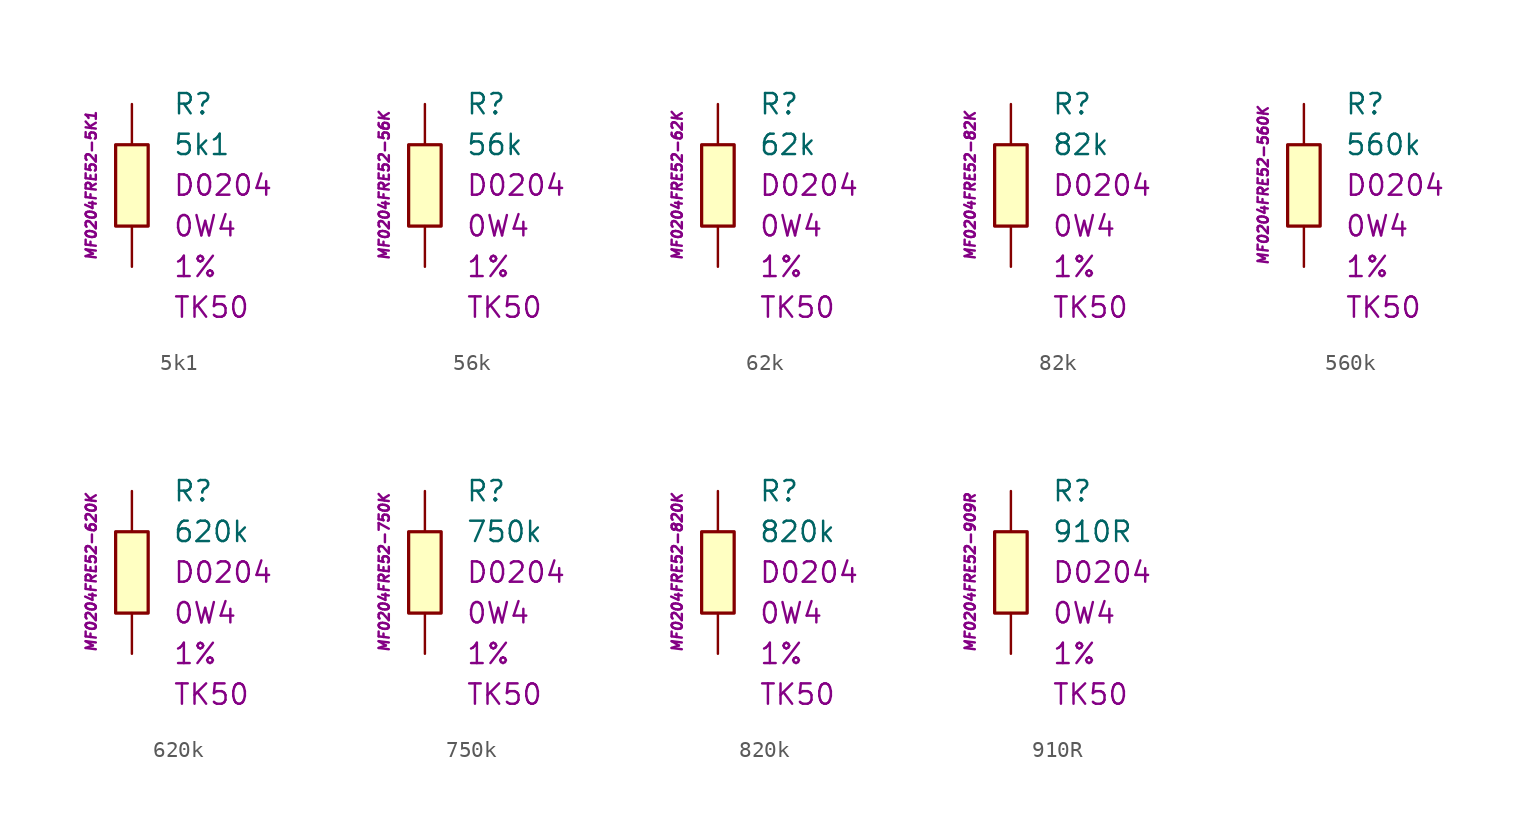
<source format=kicad_sym>
(kicad_symbol_lib
  (version 20201005)
  (generator kicad_symbol_editor)
  (symbol "5k1"
    (pin_numbers hide)
    (pin_names
      (offset 1.016) hide)
    (property "Reference" "R"
      (at 2.54 5.08 0)
      (effects (font (size 1.27 1.27)) (justify left)))
    (property "Value" "5k1"
      (at 2.54 2.54 0)
      (effects (font (size 1.27 1.27)) (justify left)))
    (property "Package" "D0204"
      (at 2.54 0 0)
      (effects (font (size 1.27 1.27)) (justify left)))
    (property "Power" "0W4"
      (at 2.54 -2.54 0)
      (effects (font (size 1.27 1.27)) (justify left)))
    (property "Tolerance" "1%"
      (at 2.54 -5.08 0)
      (effects (font (size 1.27 1.27)) (justify left)))
    (property "TK" "TK50"
      (at 2.54 -7.62 0)
      (effects (font (size 1.27 1.27)) (justify left)))
    (property "ID" "MF0204FRE52-5K1"
      (at -2.54 0 90)
      (effects (font (size 0.635 0.635) italic)))
    (symbol "5k1_0_1"
      (rectangle (start -1.016 2.54) (end 1.016 -2.54) (stroke (width 0.203)) (fill (type background))))
    (symbol "5k1_1_1"
      (pin passive line (at 0 5.08 270) (length 2.54) (name "~" (effects (font (size 1.778 1.778)))) (number "1" (effects (font (size 1.778 1.778)))))
      (pin passive line (at 0 -5.08 90) (length 2.54) (name "~" (effects (font (size 1.778 1.778)))) (number "2" (effects (font (size 1.778 1.778)))))))
  (symbol "56k"
    (pin_numbers hide)
    (pin_names
      (offset 1.016) hide)
    (property "Reference" "R"
      (at 2.54 5.08 0)
      (effects (font (size 1.27 1.27)) (justify left)))
    (property "Value" "56k"
      (at 2.54 2.54 0)
      (effects (font (size 1.27 1.27)) (justify left)))
    (property "Package" "D0204"
      (at 2.54 0 0)
      (effects (font (size 1.27 1.27)) (justify left)))
    (property "Power" "0W4"
      (at 2.54 -2.54 0)
      (effects (font (size 1.27 1.27)) (justify left)))
    (property "Tolerance" "1%"
      (at 2.54 -5.08 0)
      (effects (font (size 1.27 1.27)) (justify left)))
    (property "TK" "TK50"
      (at 2.54 -7.62 0)
      (effects (font (size 1.27 1.27)) (justify left)))
    (property "ID" "MF0204FRE52-56K"
      (at -2.54 0 90)
      (effects (font (size 0.635 0.635) italic)))
    (symbol "56k_0_1"
      (rectangle (start -1.016 2.54) (end 1.016 -2.54) (stroke (width 0.203)) (fill (type background))))
    (symbol "56k_1_1"
      (pin passive line (at 0 5.08 270) (length 2.54) (name "~" (effects (font (size 1.778 1.778)))) (number "1" (effects (font (size 1.778 1.778)))))
      (pin passive line (at 0 -5.08 90) (length 2.54) (name "~" (effects (font (size 1.778 1.778)))) (number "2" (effects (font (size 1.778 1.778)))))))
  (symbol "62k"
    (pin_numbers hide)
    (pin_names
      (offset 1.016) hide)
    (property "Reference" "R"
      (at 2.54 5.08 0)
      (effects (font (size 1.27 1.27)) (justify left)))
    (property "Value" "62k"
      (at 2.54 2.54 0)
      (effects (font (size 1.27 1.27)) (justify left)))
    (property "Package" "D0204"
      (at 2.54 0 0)
      (effects (font (size 1.27 1.27)) (justify left)))
    (property "Power" "0W4"
      (at 2.54 -2.54 0)
      (effects (font (size 1.27 1.27)) (justify left)))
    (property "Tolerance" "1%"
      (at 2.54 -5.08 0)
      (effects (font (size 1.27 1.27)) (justify left)))
    (property "TK" "TK50"
      (at 2.54 -7.62 0)
      (effects (font (size 1.27 1.27)) (justify left)))
    (property "ID" "MF0204FRE52-62K"
      (at -2.54 0 90)
      (effects (font (size 0.635 0.635) italic)))
    (symbol "62k_0_1"
      (rectangle (start -1.016 2.54) (end 1.016 -2.54) (stroke (width 0.203)) (fill (type background))))
    (symbol "62k_1_1"
      (pin passive line (at 0 5.08 270) (length 2.54) (name "~" (effects (font (size 1.778 1.778)))) (number "1" (effects (font (size 1.778 1.778)))))
      (pin passive line (at 0 -5.08 90) (length 2.54) (name "~" (effects (font (size 1.778 1.778)))) (number "2" (effects (font (size 1.778 1.778)))))))
  (symbol "82k"
    (pin_numbers hide)
    (pin_names
      (offset 1.016) hide)
    (property "Reference" "R"
      (at 2.54 5.08 0)
      (effects (font (size 1.27 1.27)) (justify left)))
    (property "Value" "82k"
      (at 2.54 2.54 0)
      (effects (font (size 1.27 1.27)) (justify left)))
    (property "Package" "D0204"
      (at 2.54 0 0)
      (effects (font (size 1.27 1.27)) (justify left)))
    (property "Power" "0W4"
      (at 2.54 -2.54 0)
      (effects (font (size 1.27 1.27)) (justify left)))
    (property "Tolerance" "1%"
      (at 2.54 -5.08 0)
      (effects (font (size 1.27 1.27)) (justify left)))
    (property "TK" "TK50"
      (at 2.54 -7.62 0)
      (effects (font (size 1.27 1.27)) (justify left)))
    (property "ID" "MF0204FRE52-82K"
      (at -2.54 0 90)
      (effects (font (size 0.635 0.635) italic)))
    (symbol "82k_0_1"
      (rectangle (start -1.016 2.54) (end 1.016 -2.54) (stroke (width 0.203)) (fill (type background))))
    (symbol "82k_1_1"
      (pin passive line (at 0 5.08 270) (length 2.54) (name "~" (effects (font (size 1.778 1.778)))) (number "1" (effects (font (size 1.778 1.778)))))
      (pin passive line (at 0 -5.08 90) (length 2.54) (name "~" (effects (font (size 1.778 1.778)))) (number "2" (effects (font (size 1.778 1.778)))))))
  (symbol "560k"
    (pin_numbers hide)
    (pin_names
      (offset 1.016) hide)
    (property "Reference" "R"
      (at 2.54 5.08 0)
      (effects (font (size 1.27 1.27)) (justify left)))
    (property "Value" "560k"
      (at 2.54 2.54 0)
      (effects (font (size 1.27 1.27)) (justify left)))
    (property "Package" "D0204"
      (at 2.54 0 0)
      (effects (font (size 1.27 1.27)) (justify left)))
    (property "Power" "0W4"
      (at 2.54 -2.54 0)
      (effects (font (size 1.27 1.27)) (justify left)))
    (property "Tolerance" "1%"
      (at 2.54 -5.08 0)
      (effects (font (size 1.27 1.27)) (justify left)))
    (property "TK" "TK50"
      (at 2.54 -7.62 0)
      (effects (font (size 1.27 1.27)) (justify left)))
    (property "ID" "MF0204FRE52-560K"
      (at -2.54 0 90)
      (effects (font (size 0.635 0.635) italic)))
    (symbol "560k_0_1"
      (rectangle (start -1.016 2.54) (end 1.016 -2.54) (stroke (width 0.203)) (fill (type background))))
    (symbol "560k_1_1"
      (pin passive line (at 0 5.08 270) (length 2.54) (name "~" (effects (font (size 1.778 1.778)))) (number "1" (effects (font (size 1.778 1.778)))))
      (pin passive line (at 0 -5.08 90) (length 2.54) (name "~" (effects (font (size 1.778 1.778)))) (number "2" (effects (font (size 1.778 1.778)))))))
  (symbol "620k"
    (pin_numbers hide)
    (pin_names
      (offset 1.016) hide)
    (property "Reference" "R"
      (at 2.54 5.08 0)
      (effects (font (size 1.27 1.27)) (justify left)))
    (property "Value" "620k"
      (at 2.54 2.54 0)
      (effects (font (size 1.27 1.27)) (justify left)))
    (property "Package" "D0204"
      (at 2.54 0 0)
      (effects (font (size 1.27 1.27)) (justify left)))
    (property "Power" "0W4"
      (at 2.54 -2.54 0)
      (effects (font (size 1.27 1.27)) (justify left)))
    (property "Tolerance" "1%"
      (at 2.54 -5.08 0)
      (effects (font (size 1.27 1.27)) (justify left)))
    (property "TK" "TK50"
      (at 2.54 -7.62 0)
      (effects (font (size 1.27 1.27)) (justify left)))
    (property "ID" "MF0204FRE52-620K"
      (at -2.54 0 90)
      (effects (font (size 0.635 0.635) italic)))
    (symbol "620k_0_1"
      (rectangle (start -1.016 2.54) (end 1.016 -2.54) (stroke (width 0.203)) (fill (type background))))
    (symbol "620k_1_1"
      (pin passive line (at 0 5.08 270) (length 2.54) (name "~" (effects (font (size 1.778 1.778)))) (number "1" (effects (font (size 1.778 1.778)))))
      (pin passive line (at 0 -5.08 90) (length 2.54) (name "~" (effects (font (size 1.778 1.778)))) (number "2" (effects (font (size 1.778 1.778)))))))
  (symbol "750k"
    (pin_numbers hide)
    (pin_names
      (offset 1.016) hide)
    (property "Reference" "R"
      (at 2.54 5.08 0)
      (effects (font (size 1.27 1.27)) (justify left)))
    (property "Value" "750k"
      (at 2.54 2.54 0)
      (effects (font (size 1.27 1.27)) (justify left)))
    (property "Package" "D0204"
      (at 2.54 0 0)
      (effects (font (size 1.27 1.27)) (justify left)))
    (property "Power" "0W4"
      (at 2.54 -2.54 0)
      (effects (font (size 1.27 1.27)) (justify left)))
    (property "Tolerance" "1%"
      (at 2.54 -5.08 0)
      (effects (font (size 1.27 1.27)) (justify left)))
    (property "TK" "TK50"
      (at 2.54 -7.62 0)
      (effects (font (size 1.27 1.27)) (justify left)))
    (property "ID" "MF0204FRE52-750K"
      (at -2.54 0 90)
      (effects (font (size 0.635 0.635) italic)))
    (symbol "750k_0_1"
      (rectangle (start -1.016 2.54) (end 1.016 -2.54) (stroke (width 0.203)) (fill (type background))))
    (symbol "750k_1_1"
      (pin passive line (at 0 5.08 270) (length 2.54) (name "~" (effects (font (size 1.778 1.778)))) (number "1" (effects (font (size 1.778 1.778)))))
      (pin passive line (at 0 -5.08 90) (length 2.54) (name "~" (effects (font (size 1.778 1.778)))) (number "2" (effects (font (size 1.778 1.778)))))))
  (symbol "820k"
    (pin_numbers hide)
    (pin_names
      (offset 1.016) hide)
    (property "Reference" "R"
      (at 2.54 5.08 0)
      (effects (font (size 1.27 1.27)) (justify left)))
    (property "Value" "820k"
      (at 2.54 2.54 0)
      (effects (font (size 1.27 1.27)) (justify left)))
    (property "Package" "D0204"
      (at 2.54 0 0)
      (effects (font (size 1.27 1.27)) (justify left)))
    (property "Power" "0W4"
      (at 2.54 -2.54 0)
      (effects (font (size 1.27 1.27)) (justify left)))
    (property "Tolerance" "1%"
      (at 2.54 -5.08 0)
      (effects (font (size 1.27 1.27)) (justify left)))
    (property "TK" "TK50"
      (at 2.54 -7.62 0)
      (effects (font (size 1.27 1.27)) (justify left)))
    (property "ID" "MF0204FRE52-820K"
      (at -2.54 0 90)
      (effects (font (size 0.635 0.635) italic)))
    (symbol "820k_0_1"
      (rectangle (start -1.016 2.54) (end 1.016 -2.54) (stroke (width 0.203)) (fill (type background))))
    (symbol "820k_1_1"
      (pin passive line (at 0 5.08 270) (length 2.54) (name "~" (effects (font (size 1.778 1.778)))) (number "1" (effects (font (size 1.778 1.778)))))
      (pin passive line (at 0 -5.08 90) (length 2.54) (name "~" (effects (font (size 1.778 1.778)))) (number "2" (effects (font (size 1.778 1.778)))))))
  (symbol "910R"
    (pin_numbers hide)
    (pin_names
      (offset 1.016) hide)
    (property "Reference" "R"
      (at 2.54 5.08 0)
      (effects (font (size 1.27 1.27)) (justify left)))
    (property "Value" "910R"
      (at 2.54 2.54 0)
      (effects (font (size 1.27 1.27)) (justify left)))
    (property "Package" "D0204"
      (at 2.54 0 0)
      (effects (font (size 1.27 1.27)) (justify left)))
    (property "Power" "0W4"
      (at 2.54 -2.54 0)
      (effects (font (size 1.27 1.27)) (justify left)))
    (property "Tolerance" "1%"
      (at 2.54 -5.08 0)
      (effects (font (size 1.27 1.27)) (justify left)))
    (property "TK" "TK50"
      (at 2.54 -7.62 0)
      (effects (font (size 1.27 1.27)) (justify left)))
    (property "ID" "MF0204FRE52-909R"
      (at -2.54 0 90)
      (effects (font (size 0.635 0.635) italic)))
    (symbol "910R_0_1"
      (rectangle (start -1.016 2.54) (end 1.016 -2.54) (stroke (width 0.203)) (fill (type background))))
    (symbol "910R_1_1"
      (pin passive line (at 0 5.08 270) (length 2.54) (name "~" (effects (font (size 1.778 1.778)))) (number "1" (effects (font (size 1.778 1.778)))))
      (pin passive line (at 0 -5.08 90) (length 2.54) (name "~" (effects (font (size 1.778 1.778)))) (number "2" (effects (font (size 1.778 1.778))))))))
</source>
